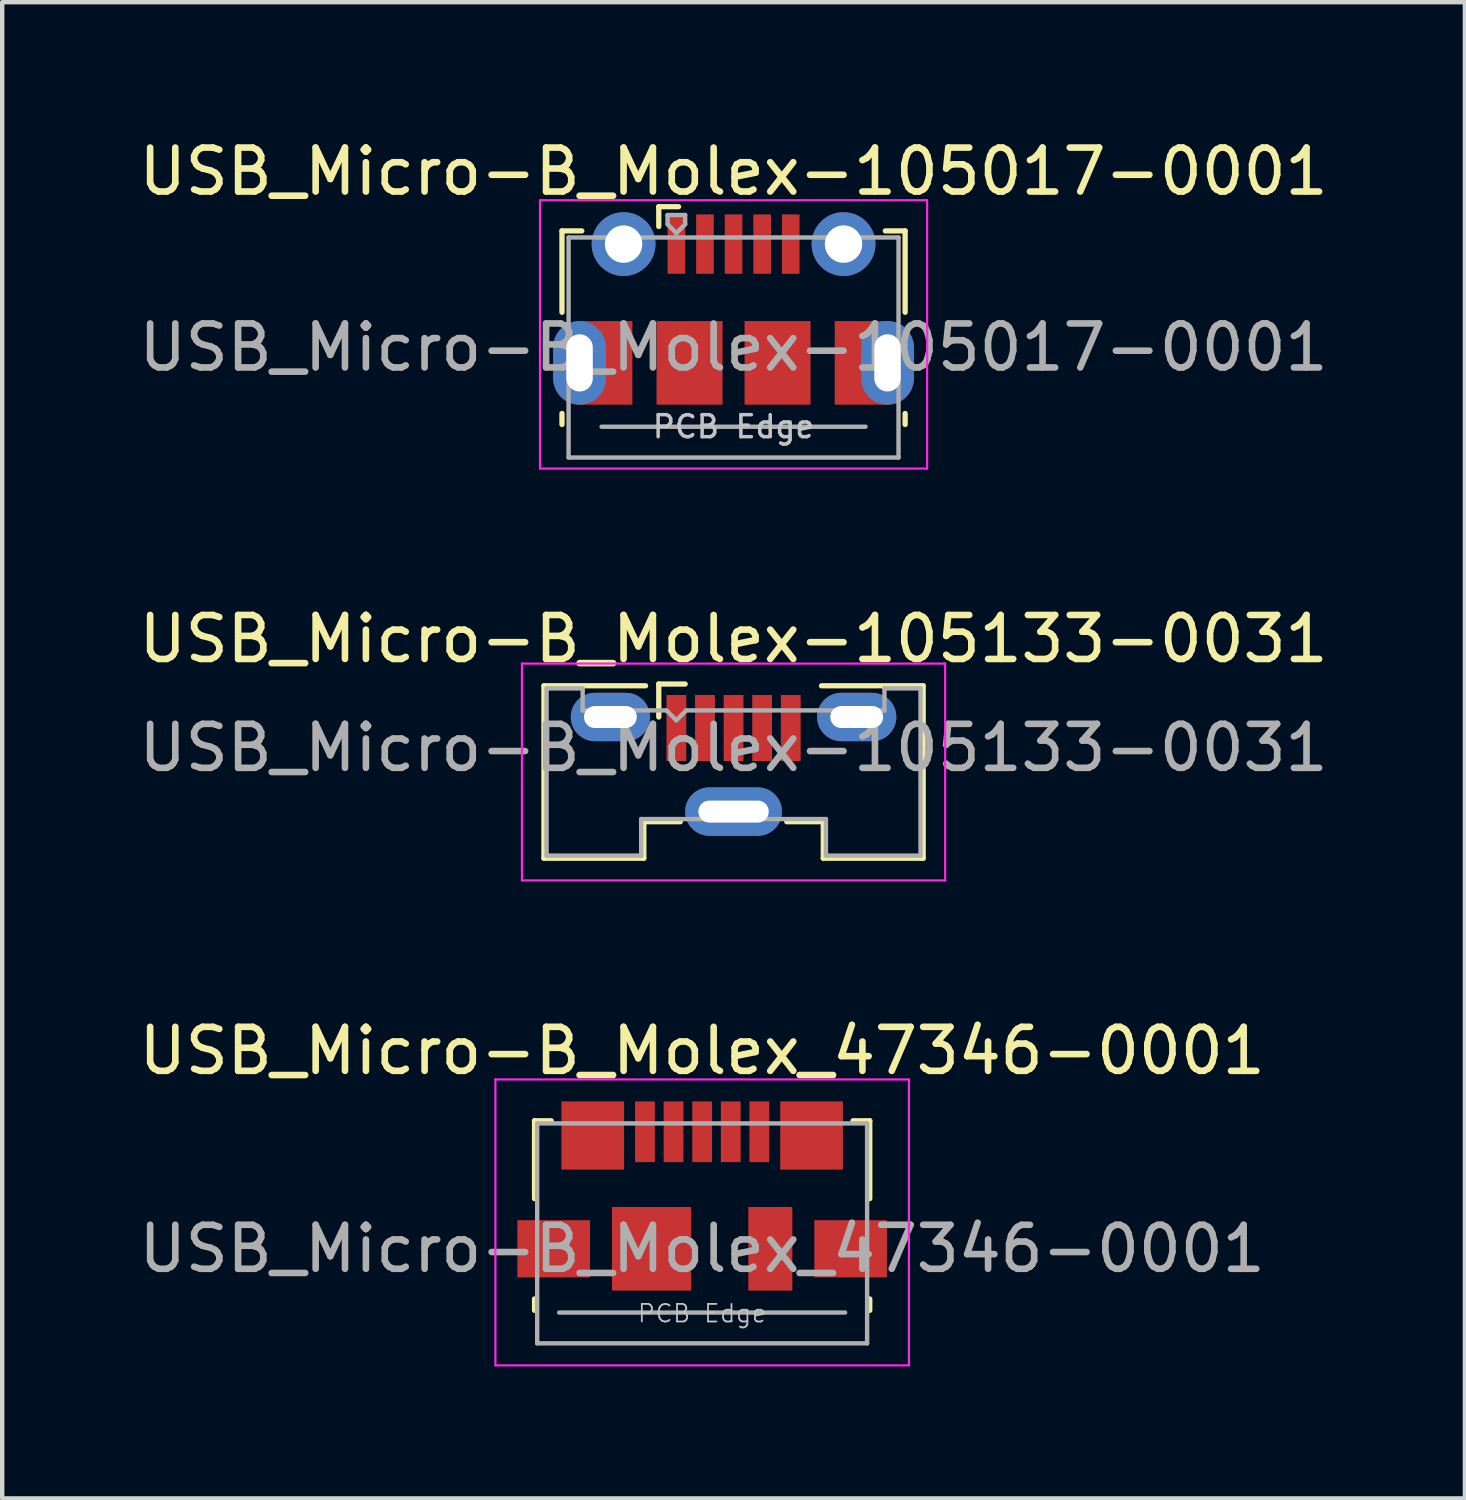
<source format=kicad_pcb>
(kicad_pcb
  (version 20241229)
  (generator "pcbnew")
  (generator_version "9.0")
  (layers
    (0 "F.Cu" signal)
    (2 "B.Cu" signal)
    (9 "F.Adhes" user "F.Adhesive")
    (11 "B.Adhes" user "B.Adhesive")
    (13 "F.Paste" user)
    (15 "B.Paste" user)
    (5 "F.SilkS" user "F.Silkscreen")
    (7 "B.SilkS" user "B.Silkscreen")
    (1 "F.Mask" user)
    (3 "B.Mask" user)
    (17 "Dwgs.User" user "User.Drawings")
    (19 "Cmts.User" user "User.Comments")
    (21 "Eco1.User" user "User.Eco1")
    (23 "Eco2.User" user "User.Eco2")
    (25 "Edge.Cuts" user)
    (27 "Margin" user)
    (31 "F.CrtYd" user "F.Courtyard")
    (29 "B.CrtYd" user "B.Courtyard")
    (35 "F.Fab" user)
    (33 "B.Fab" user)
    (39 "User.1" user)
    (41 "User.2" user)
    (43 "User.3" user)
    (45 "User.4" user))
  (footprint "USB_Micro-B_Molex_47346-0001"
    (layer "F.Cu")
    (at 12.911 24.137)
    (property "Reference" "USB_Micro-B_Molex_47346-0001" (at 0 -3.3 180) (layer "F.SilkS") (effects (font (size 1 1) (thickness 0.15))))
    (attr smd)
    (fp_line (start -3.81 -1.71) (end -3.43 -1.71) (stroke (width 0.12) (type solid)) (layer "F.SilkS"))
    (fp_line (start -3.81 0.06) (end -3.81 -1.71) (stroke (width 0.12) (type solid)) (layer "F.SilkS"))
    (fp_line (start -3.81 2.6) (end -3.81 2.34) (stroke (width 0.12) (type solid)) (layer "F.SilkS"))
    (fp_line (start 3.81 -1.71) (end 3.43 -1.71) (stroke (width 0.12) (type solid)) (layer "F.SilkS"))
    (fp_line (start 3.81 -1.71) (end 3.81 0.06) (stroke (width 0.12) (type solid)) (layer "F.SilkS"))
    (fp_line (start 3.81 2.34) (end 3.81 2.6) (stroke (width 0.12) (type solid)) (layer "F.SilkS"))
    (fp_line (start -4.7 -2.65) (end 4.7 -2.65) (stroke (width 0.05) (type solid)) (layer "F.CrtYd"))
    (fp_line (start -4.7 3.85) (end -4.7 -2.65) (stroke (width 0.05) (type solid)) (layer "F.CrtYd"))
    (fp_line (start 4.7 -2.65) (end 4.7 3.85) (stroke (width 0.05) (type solid)) (layer "F.CrtYd"))
    (fp_line (start 4.7 3.85) (end -4.7 3.85) (stroke (width 0.05) (type solid)) (layer "F.CrtYd"))
    (fp_line (start -3.75 -1.65) (end 3.75 -1.65) (stroke (width 0.1) (type solid)) (layer "F.Fab"))
    (fp_line (start -3.75 3.35) (end -3.75 -1.65) (stroke (width 0.1) (type solid)) (layer "F.Fab"))
    (fp_line (start -3.25 2.65) (end 3.25 2.65) (stroke (width 0.1) (type solid)) (layer "F.Fab"))
    (fp_line (start 3.75 -1.65) (end 3.75 3.35) (stroke (width 0.1) (type solid)) (layer "F.Fab"))
    (fp_line (start 3.75 3.35) (end -3.75 3.35) (stroke (width 0.1) (type solid)) (layer "F.Fab"))
    (fp_text user "PCB Edge" (at 0 2.67 180) (layer "Dwgs.User") (effects (font (size 0.4 0.4) (thickness 0.04))))
    (fp_text user "${REFERENCE}" (at 0 1.2 0) (layer "F.Fab") (effects (font (size 1 1) (thickness 0.15))))
    (pad "1" smd rect (at -1.3 -1.46) (size 0.45 1.38) (layers "F.Cu" "F.Mask" "F.Paste"))
    (pad "2" smd rect (at -0.65 -1.46) (size 0.45 1.38) (layers "F.Cu" "F.Mask" "F.Paste"))
    (pad "3" smd rect (at 0 -1.46) (size 0.45 1.38) (layers "F.Cu" "F.Mask" "F.Paste"))
    (pad "4" smd rect (at 0.65 -1.46) (size 0.45 1.38) (layers "F.Cu" "F.Mask" "F.Paste"))
    (pad "5" smd rect (at 1.3 -1.46) (size 0.45 1.38) (layers "F.Cu" "F.Mask" "F.Paste"))
    (pad "6" smd rect (at -3.375 1.2) (size 1.65 1.3) (layers "F.Cu" "F.Mask" "F.Paste"))
    (pad "6" smd rect (at -2.487 -1.375) (size 1.425 1.55) (layers "F.Cu" "F.Mask" "F.Paste"))
    (pad "6" smd rect (at -1.15 1.2) (size 1.8 1.9) (layers "F.Cu" "F.Mask" "F.Paste"))
    (pad "6" smd rect (at 1.55 1.2) (size 1 1.9) (layers "F.Cu" "F.Mask" "F.Paste"))
    (pad "6" smd rect (at 2.487 -1.375) (size 1.425 1.55) (layers "F.Cu" "F.Mask" "F.Paste"))
    (pad "6" smd rect (at 3.375 1.2) (size 1.65 1.3) (layers "F.Cu" "F.Mask" "F.Paste")))
  (footprint "USB_Micro-B_Molex-105133-0031"
    (layer "F.Cu")
    (at 13.625 14.324)
    (property "Reference" "USB_Micro-B_Molex-105133-0031" (at 0 -2.85 0) (layer "F.SilkS") (effects (font (size 1 1) (thickness 0.15))))
    (attr smd)
    (fp_line (start -4.31 -1.785) (end -4.31 2.135) (stroke (width 0.12) (type solid)) (layer "F.SilkS"))
    (fp_line (start -4.31 2.135) (end -2.04 2.135) (stroke (width 0.12) (type solid)) (layer "F.SilkS"))
    (fp_line (start -2.04 1.305) (end -2.04 2.135) (stroke (width 0.12) (type solid)) (layer "F.SilkS"))
    (fp_line (start -2.04 1.305) (end -1.21 1.305) (stroke (width 0.12) (type solid)) (layer "F.SilkS"))
    (fp_line (start -2 -1.785) (end -4.31 -1.785) (stroke (width 0.12) (type solid)) (layer "F.SilkS"))
    (fp_line (start -1.7 -1.825) (end -1.1 -1.825) (stroke (width 0.12) (type solid)) (layer "F.SilkS"))
    (fp_line (start -1.7 -1.075) (end -1.7 -1.825) (stroke (width 0.12) (type solid)) (layer "F.SilkS"))
    (fp_line (start 2 -1.785) (end 4.31 -1.785) (stroke (width 0.12) (type solid)) (layer "F.SilkS"))
    (fp_line (start 2.04 1.305) (end 1.21 1.305) (stroke (width 0.12) (type solid)) (layer "F.SilkS"))
    (fp_line (start 2.04 1.305) (end 2.04 2.135) (stroke (width 0.12) (type solid)) (layer "F.SilkS"))
    (fp_line (start 4.31 -1.785) (end 4.31 2.135) (stroke (width 0.12) (type solid)) (layer "F.SilkS"))
    (fp_line (start 4.31 2.135) (end 2.04 2.135) (stroke (width 0.12) (type solid)) (layer "F.SilkS"))
    (fp_line (start -4.81 -2.29) (end 4.81 -2.29) (stroke (width 0.05) (type solid)) (layer "F.CrtYd"))
    (fp_line (start -4.81 2.64) (end -4.81 -2.29) (stroke (width 0.05) (type solid)) (layer "F.CrtYd"))
    (fp_line (start -4.81 2.64) (end 4.81 2.64) (stroke (width 0.05) (type solid)) (layer "F.CrtYd"))
    (fp_line (start 4.81 2.64) (end 4.81 -2.29) (stroke (width 0.05) (type solid)) (layer "F.CrtYd"))
    (fp_line (start -4.25 -1.725) (end -4.25 2.075) (stroke (width 0.1) (type solid)) (layer "F.Fab"))
    (fp_line (start -4.25 2.075) (end -2.1 2.075) (stroke (width 0.1) (type solid)) (layer "F.Fab"))
    (fp_line (start -3.43 -1.725) (end -4.25 -1.725) (stroke (width 0.1) (type solid)) (layer "F.Fab"))
    (fp_line (start -3.43 -1.225) (end -3.43 -1.725) (stroke (width 0.1) (type solid)) (layer "F.Fab"))
    (fp_line (start -2.1 1.245) (end 2.1 1.245) (stroke (width 0.1) (type solid)) (layer "F.Fab"))
    (fp_line (start -2.1 2.075) (end -2.1 1.245) (stroke (width 0.1) (type solid)) (layer "F.Fab"))
    (fp_line (start -1.525 -1.225) (end -3.43 -1.225) (stroke (width 0.1) (type solid)) (layer "F.Fab"))
    (fp_line (start -1.525 -1.225) (end -1.3 -1) (stroke (width 0.1) (type solid)) (layer "F.Fab"))
    (fp_line (start -1.3 -1) (end -1.075 -1.225) (stroke (width 0.1) (type solid)) (layer "F.Fab"))
    (fp_line (start 2.1 1.245) (end 2.1 2.075) (stroke (width 0.1) (type solid)) (layer "F.Fab"))
    (fp_line (start 2.1 2.075) (end 4.25 2.075) (stroke (width 0.1) (type solid)) (layer "F.Fab"))
    (fp_line (start 3.43 -1.725) (end 3.43 -1.225) (stroke (width 0.1) (type solid)) (layer "F.Fab"))
    (fp_line (start 3.43 -1.225) (end -1.075 -1.225) (stroke (width 0.1) (type solid)) (layer "F.Fab"))
    (fp_line (start 4.25 -1.725) (end 3.43 -1.725) (stroke (width 0.1) (type solid)) (layer "F.Fab"))
    (fp_line (start 4.25 2.075) (end 4.25 -1.725) (stroke (width 0.1) (type solid)) (layer "F.Fab"))
    (fp_text user "${REFERENCE}" (at 0 -0.375 0) (layer "F.Fab") (effects (font (size 1 1) (thickness 0.15))))
    (pad "1" smd rect (at -1.3 -0.825) (size 0.45 1.5) (layers "F.Cu" "F.Mask" "F.Paste"))
    (pad "2" smd rect (at -0.65 -0.825) (size 0.45 1.5) (layers "F.Cu" "F.Mask" "F.Paste"))
    (pad "3" smd rect (at 0 -0.825) (size 0.45 1.5) (layers "F.Cu" "F.Mask" "F.Paste"))
    (pad "4" smd rect (at 0.65 -0.825) (size 0.45 1.5) (layers "F.Cu" "F.Mask" "F.Paste"))
    (pad "5" smd rect (at 1.3 -0.825) (size 0.45 1.5) (layers "F.Cu" "F.Mask" "F.Paste"))
    (pad "6" thru_hole oval (at -2.8 -1.075) (size 1.8 1.1) (drill oval 1.2 0.5) (layers "*.Cu" "*.Mask"))
    (pad "6" thru_hole oval (at 0 1.075) (size 2.2 1.1) (drill oval 1.6 0.5) (layers "*.Cu" "*.Mask"))
    (pad "6" thru_hole oval (at 2.8 -1.075) (size 1.8 1.1) (drill oval 1.2 0.5) (layers "*.Cu" "*.Mask")))
  (footprint "USB_Micro-B_Molex-105017-0001"
    (layer "F.Cu")
    (at 13.625 3.961)
    (property "Reference" "USB_Micro-B_Molex-105017-0001" (at 0 -3.112 0) (layer "F.SilkS") (effects (font (size 1 1) (thickness 0.15))))
    (attr smd)
    (fp_line (start -3.9 -1.762) (end -3.45 -1.762) (stroke (width 0.12) (type solid)) (layer "F.SilkS"))
    (fp_line (start -3.9 0.087) (end -3.9 -1.762) (stroke (width 0.12) (type solid)) (layer "F.SilkS"))
    (fp_line (start -3.9 2.638) (end -3.9 2.388) (stroke (width 0.12) (type solid)) (layer "F.SilkS"))
    (fp_line (start -1.7 -2.312) (end -1.7 -1.863) (stroke (width 0.12) (type solid)) (layer "F.SilkS"))
    (fp_line (start -1.7 -2.312) (end -1.25 -2.312) (stroke (width 0.12) (type solid)) (layer "F.SilkS"))
    (fp_line (start 3.9 -1.762) (end 3.45 -1.762) (stroke (width 0.12) (type solid)) (layer "F.SilkS"))
    (fp_line (start 3.9 0.087) (end 3.9 -1.762) (stroke (width 0.12) (type solid)) (layer "F.SilkS"))
    (fp_line (start 3.9 2.638) (end 3.9 2.388) (stroke (width 0.12) (type solid)) (layer "F.SilkS"))
    (fp_line (start -4.4 -2.46) (end 4.4 -2.46) (stroke (width 0.05) (type solid)) (layer "F.CrtYd"))
    (fp_line (start -4.4 3.64) (end -4.4 -2.46) (stroke (width 0.05) (type solid)) (layer "F.CrtYd"))
    (fp_line (start -4.4 3.64) (end 4.4 3.64) (stroke (width 0.05) (type solid)) (layer "F.CrtYd"))
    (fp_line (start 4.4 -2.46) (end 4.4 3.64) (stroke (width 0.05) (type solid)) (layer "F.CrtYd"))
    (fp_line (start -3.75 -1.613) (end 3.75 -1.613) (stroke (width 0.1) (type solid)) (layer "F.Fab"))
    (fp_line (start -3.75 3.388) (end -3.75 -1.613) (stroke (width 0.1) (type solid)) (layer "F.Fab"))
    (fp_line (start -3.75 3.389) (end 3.75 3.389) (stroke (width 0.1) (type solid)) (layer "F.Fab"))
    (fp_line (start -3 2.689) (end 3 2.689) (stroke (width 0.1) (type solid)) (layer "F.Fab"))
    (fp_line (start -1.5 -2.123) (end -1.5 -1.913) (stroke (width 0.1) (type solid)) (layer "F.Fab"))
    (fp_line (start -1.5 -2.123) (end -1.1 -2.123) (stroke (width 0.1) (type solid)) (layer "F.Fab"))
    (fp_line (start -1.3 -1.712) (end -1.5 -1.913) (stroke (width 0.1) (type solid)) (layer "F.Fab"))
    (fp_line (start -1.1 -2.123) (end -1.1 -1.913) (stroke (width 0.1) (type solid)) (layer "F.Fab"))
    (fp_line (start -1.1 -1.913) (end -1.3 -1.712) (stroke (width 0.1) (type solid)) (layer "F.Fab"))
    (fp_line (start 3.75 3.388) (end 3.75 -1.613) (stroke (width 0.1) (type solid)) (layer "F.Fab"))
    (fp_text user "PCB Edge" (at 0 2.688 0) (layer "Dwgs.User") (effects (font (size 0.5 0.5) (thickness 0.08))))
    (fp_text user "${REFERENCE}" (at 0 0.887 0) (layer "F.Fab") (effects (font (size 1 1) (thickness 0.15))))
    (pad "1" smd rect (at -1.3 -1.462) (size 0.4 1.35) (layers "F.Cu" "F.Mask" "F.Paste"))
    (pad "2" smd rect (at -0.65 -1.462) (size 0.4 1.35) (layers "F.Cu" "F.Mask" "F.Paste"))
    (pad "3" smd rect (at 0 -1.462) (size 0.4 1.35) (layers "F.Cu" "F.Mask" "F.Paste"))
    (pad "4" smd rect (at 0.65 -1.462) (size 0.4 1.35) (layers "F.Cu" "F.Mask" "F.Paste"))
    (pad "5" smd rect (at 1.3 -1.462) (size 0.4 1.35) (layers "F.Cu" "F.Mask" "F.Paste"))
    (pad "6" thru_hole oval (at -3.5 1.238 180) (size 1.2 1.9) (drill oval 0.6 1.3) (layers "*.Cu" "*.Mask"))
    (pad "6" smd rect (at -2.9 1.238) (size 1.2 1.9) (layers "F.Cu" "F.Mask"))
    (pad "6" thru_hole circle (at -2.5 -1.462) (size 1.45 1.45) (drill 0.85) (layers "*.Cu" "*.Mask"))
    (pad "6" smd rect (at -1 1.238) (size 1.5 1.9) (layers "F.Cu" "F.Mask" "F.Paste"))
    (pad "6" smd rect (at 1 1.238) (size 1.5 1.9) (layers "F.Cu" "F.Mask" "F.Paste"))
    (pad "6" thru_hole circle (at 2.5 -1.462) (size 1.45 1.45) (drill 0.85) (layers "*.Cu" "*.Mask"))
    (pad "6" smd rect (at 2.9 1.238) (size 1.2 1.9) (layers "F.Cu" "F.Mask"))
    (pad "6" thru_hole oval (at 3.5 1.238) (size 1.2 1.9) (drill oval 0.6 1.3) (layers "*.Cu" "*.Mask")))
  (gr_rect
    (start -3 -3)
    (end 30.25 31.012)
    (stroke (width 0.1) (type default))
    (fill no)
    (layer "Edge.Cuts")))
</source>
